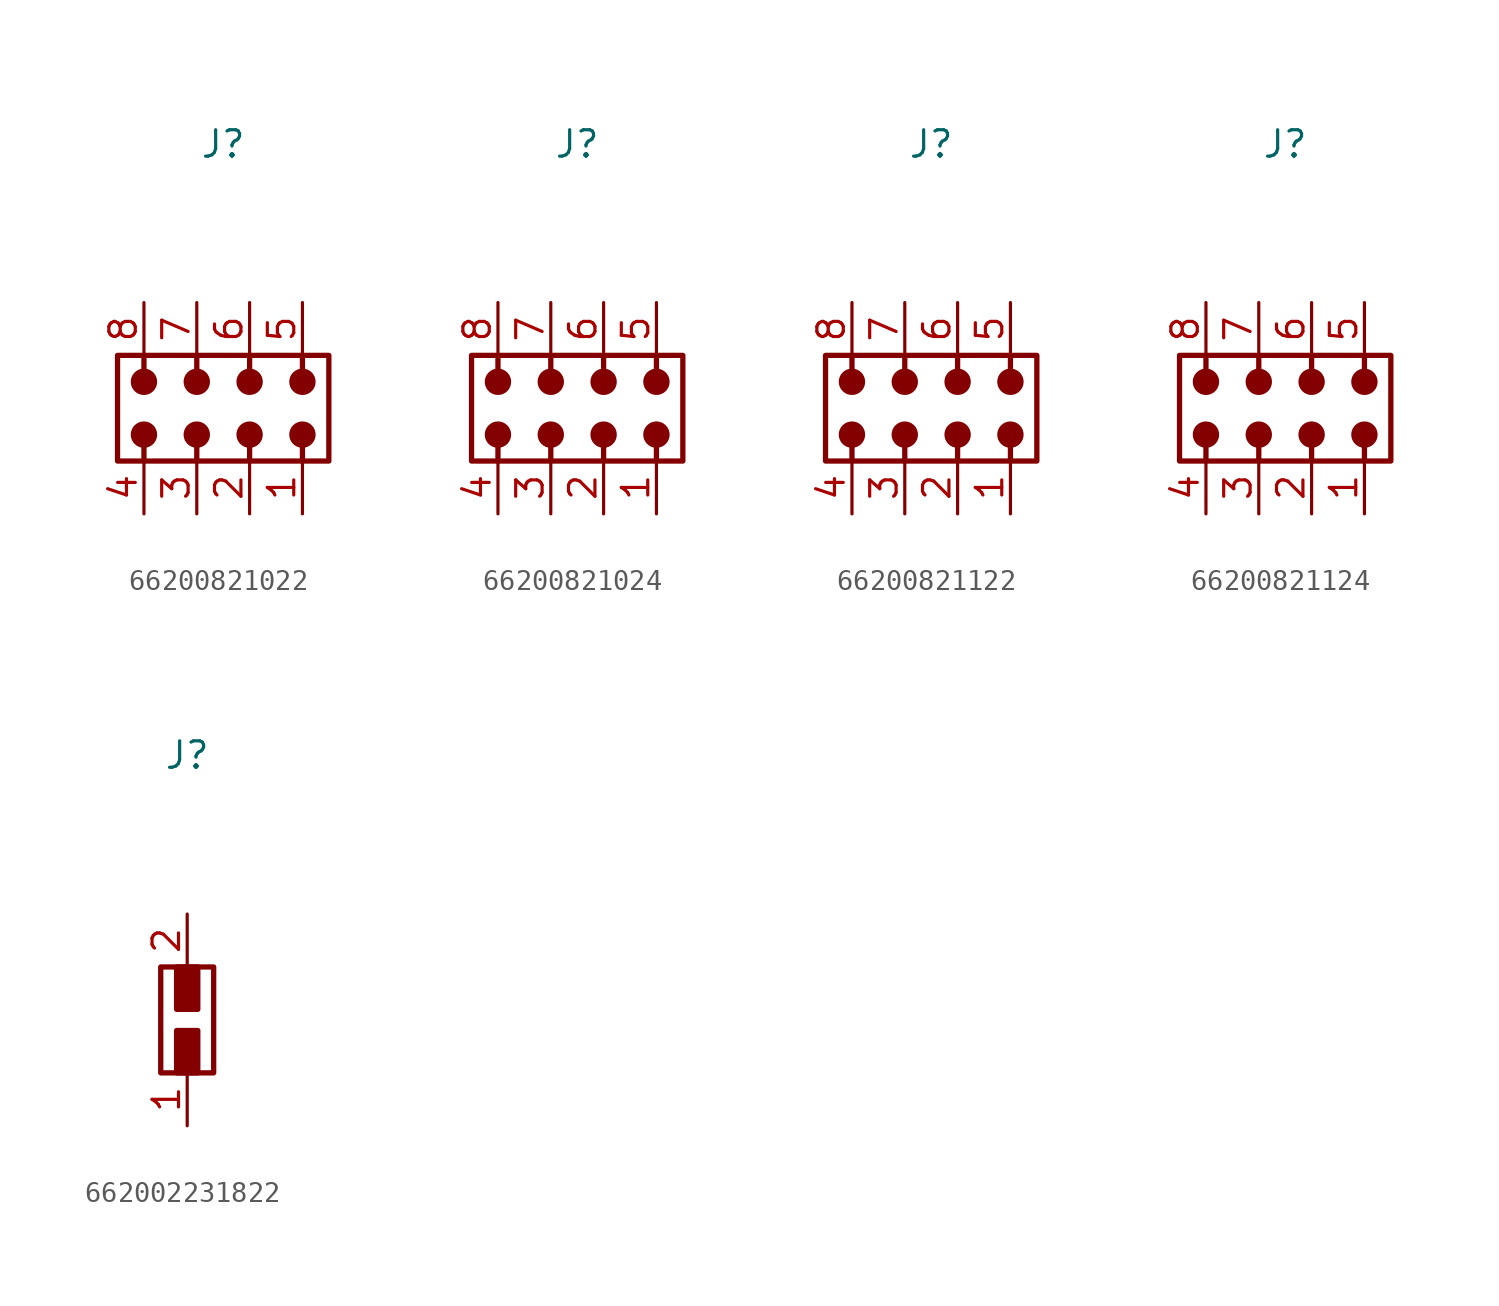
<source format=kicad_sym>
(kicad_symbol_lib
  (version 20241209)
  (generator "kicad_symbol_editor")
  (generator_version "9.0")
  (symbol "66200821022"
    (pin_names
      (hide yes))
    (property "Reference" "J"
      (at 0 12.7 0)
      (effects (font (size 1.27 1.27))))
    (symbol "66200821022_1_1"
      (rectangle (start -5.08 2.54) (end 5.08 -2.54) (stroke (width 0.254) (type solid)) (fill (type none)))
      (polyline (pts (xy -3.81 1.778) (xy -3.81 2.54)) (stroke (width 0.254) (type solid)) (fill (type none)))
      (circle (center -3.81 1.27) (radius 0.508) (stroke (width 0.254) (type solid)) (fill (type outline)))
      (circle (center -3.81 -1.27) (radius 0.508) (stroke (width 0.254) (type solid)) (fill (type outline)))
      (polyline (pts (xy -3.81 -1.778) (xy -3.81 -2.54)) (stroke (width 0.254) (type solid)) (fill (type none)))
      (polyline (pts (xy -1.27 1.778) (xy -1.27 2.54)) (stroke (width 0.254) (type solid)) (fill (type none)))
      (circle (center -1.27 1.27) (radius 0.508) (stroke (width 0.254) (type solid)) (fill (type outline)))
      (circle (center -1.27 -1.27) (radius 0.508) (stroke (width 0.254) (type solid)) (fill (type outline)))
      (polyline (pts (xy -1.27 -1.778) (xy -1.27 -2.54)) (stroke (width 0.254) (type solid)) (fill (type none)))
      (polyline (pts (xy 1.27 1.778) (xy 1.27 2.54)) (stroke (width 0.254) (type solid)) (fill (type none)))
      (circle (center 1.27 1.27) (radius 0.508) (stroke (width 0.254) (type solid)) (fill (type outline)))
      (circle (center 1.27 -1.27) (radius 0.508) (stroke (width 0.254) (type solid)) (fill (type outline)))
      (polyline (pts (xy 1.27 -1.778) (xy 1.27 -2.54)) (stroke (width 0.254) (type solid)) (fill (type none)))
      (polyline (pts (xy 3.81 1.778) (xy 3.81 2.54)) (stroke (width 0.254) (type solid)) (fill (type none)))
      (circle (center 3.81 1.27) (radius 0.508) (stroke (width 0.254) (type solid)) (fill (type outline)))
      (circle (center 3.81 -1.27) (radius 0.508) (stroke (width 0.254) (type solid)) (fill (type outline)))
      (polyline (pts (xy 3.81 -1.778) (xy 3.81 -2.54)) (stroke (width 0.254) (type solid)) (fill (type none)))
      (pin passive line (at -3.81 5.08 270) (length 2.54) (name "8" (effects (font (size 1.27 1.27)))) (number "8" (effects (font (size 1.27 1.27)))))
      (pin passive line (at -3.81 -5.08 90) (length 2.54) (name "4" (effects (font (size 1.27 1.27)))) (number "4" (effects (font (size 1.27 1.27)))))
      (pin passive line (at -1.27 5.08 270) (length 2.54) (name "7" (effects (font (size 1.27 1.27)))) (number "7" (effects (font (size 1.27 1.27)))))
      (pin passive line (at -1.27 -5.08 90) (length 2.54) (name "3" (effects (font (size 1.27 1.27)))) (number "3" (effects (font (size 1.27 1.27)))))
      (pin passive line (at 1.27 5.08 270) (length 2.54) (name "6" (effects (font (size 1.27 1.27)))) (number "6" (effects (font (size 1.27 1.27)))))
      (pin passive line (at 1.27 -5.08 90) (length 2.54) (name "2" (effects (font (size 1.27 1.27)))) (number "2" (effects (font (size 1.27 1.27)))))
      (pin passive line (at 3.81 5.08 270) (length 2.54) (name "5" (effects (font (size 1.27 1.27)))) (number "5" (effects (font (size 1.27 1.27)))))
      (pin passive line (at 3.81 -5.08 90) (length 2.54) (name "1" (effects (font (size 1.27 1.27)))) (number "1" (effects (font (size 1.27 1.27)))))))
  (symbol "66200821024"
    (pin_names
      (hide yes))
    (property "Reference" "J"
      (at 0 12.7 0)
      (effects (font (size 1.27 1.27))))
    (symbol "66200821024_1_1"
      (rectangle (start -5.08 2.54) (end 5.08 -2.54) (stroke (width 0.254) (type solid)) (fill (type none)))
      (polyline (pts (xy -3.81 1.778) (xy -3.81 2.54)) (stroke (width 0.254) (type solid)) (fill (type none)))
      (circle (center -3.81 1.27) (radius 0.508) (stroke (width 0.254) (type solid)) (fill (type outline)))
      (circle (center -3.81 -1.27) (radius 0.508) (stroke (width 0.254) (type solid)) (fill (type outline)))
      (polyline (pts (xy -3.81 -1.778) (xy -3.81 -2.54)) (stroke (width 0.254) (type solid)) (fill (type none)))
      (polyline (pts (xy -1.27 1.778) (xy -1.27 2.54)) (stroke (width 0.254) (type solid)) (fill (type none)))
      (circle (center -1.27 1.27) (radius 0.508) (stroke (width 0.254) (type solid)) (fill (type outline)))
      (circle (center -1.27 -1.27) (radius 0.508) (stroke (width 0.254) (type solid)) (fill (type outline)))
      (polyline (pts (xy -1.27 -1.778) (xy -1.27 -2.54)) (stroke (width 0.254) (type solid)) (fill (type none)))
      (polyline (pts (xy 1.27 1.778) (xy 1.27 2.54)) (stroke (width 0.254) (type solid)) (fill (type none)))
      (circle (center 1.27 1.27) (radius 0.508) (stroke (width 0.254) (type solid)) (fill (type outline)))
      (circle (center 1.27 -1.27) (radius 0.508) (stroke (width 0.254) (type solid)) (fill (type outline)))
      (polyline (pts (xy 1.27 -1.778) (xy 1.27 -2.54)) (stroke (width 0.254) (type solid)) (fill (type none)))
      (polyline (pts (xy 3.81 1.778) (xy 3.81 2.54)) (stroke (width 0.254) (type solid)) (fill (type none)))
      (circle (center 3.81 1.27) (radius 0.508) (stroke (width 0.254) (type solid)) (fill (type outline)))
      (circle (center 3.81 -1.27) (radius 0.508) (stroke (width 0.254) (type solid)) (fill (type outline)))
      (polyline (pts (xy 3.81 -1.778) (xy 3.81 -2.54)) (stroke (width 0.254) (type solid)) (fill (type none)))
      (pin passive line (at -3.81 5.08 270) (length 2.54) (name "8" (effects (font (size 1.27 1.27)))) (number "8" (effects (font (size 1.27 1.27)))))
      (pin passive line (at -3.81 -5.08 90) (length 2.54) (name "4" (effects (font (size 1.27 1.27)))) (number "4" (effects (font (size 1.27 1.27)))))
      (pin passive line (at -1.27 5.08 270) (length 2.54) (name "7" (effects (font (size 1.27 1.27)))) (number "7" (effects (font (size 1.27 1.27)))))
      (pin passive line (at -1.27 -5.08 90) (length 2.54) (name "3" (effects (font (size 1.27 1.27)))) (number "3" (effects (font (size 1.27 1.27)))))
      (pin passive line (at 1.27 5.08 270) (length 2.54) (name "6" (effects (font (size 1.27 1.27)))) (number "6" (effects (font (size 1.27 1.27)))))
      (pin passive line (at 1.27 -5.08 90) (length 2.54) (name "2" (effects (font (size 1.27 1.27)))) (number "2" (effects (font (size 1.27 1.27)))))
      (pin passive line (at 3.81 5.08 270) (length 2.54) (name "5" (effects (font (size 1.27 1.27)))) (number "5" (effects (font (size 1.27 1.27)))))
      (pin passive line (at 3.81 -5.08 90) (length 2.54) (name "1" (effects (font (size 1.27 1.27)))) (number "1" (effects (font (size 1.27 1.27)))))))
  (symbol "66200821122"
    (pin_names
      (hide yes))
    (property "Reference" "J"
      (at 0 12.7 0)
      (effects (font (size 1.27 1.27))))
    (symbol "66200821122_1_1"
      (rectangle (start -5.08 2.54) (end 5.08 -2.54) (stroke (width 0.254) (type solid)) (fill (type none)))
      (polyline (pts (xy -3.81 1.778) (xy -3.81 2.54)) (stroke (width 0.254) (type solid)) (fill (type none)))
      (circle (center -3.81 1.27) (radius 0.508) (stroke (width 0.254) (type solid)) (fill (type outline)))
      (circle (center -3.81 -1.27) (radius 0.508) (stroke (width 0.254) (type solid)) (fill (type outline)))
      (polyline (pts (xy -3.81 -1.778) (xy -3.81 -2.54)) (stroke (width 0.254) (type solid)) (fill (type none)))
      (polyline (pts (xy -1.27 1.778) (xy -1.27 2.54)) (stroke (width 0.254) (type solid)) (fill (type none)))
      (circle (center -1.27 1.27) (radius 0.508) (stroke (width 0.254) (type solid)) (fill (type outline)))
      (circle (center -1.27 -1.27) (radius 0.508) (stroke (width 0.254) (type solid)) (fill (type outline)))
      (polyline (pts (xy -1.27 -1.778) (xy -1.27 -2.54)) (stroke (width 0.254) (type solid)) (fill (type none)))
      (polyline (pts (xy 1.27 1.778) (xy 1.27 2.54)) (stroke (width 0.254) (type solid)) (fill (type none)))
      (circle (center 1.27 1.27) (radius 0.508) (stroke (width 0.254) (type solid)) (fill (type outline)))
      (circle (center 1.27 -1.27) (radius 0.508) (stroke (width 0.254) (type solid)) (fill (type outline)))
      (polyline (pts (xy 1.27 -1.778) (xy 1.27 -2.54)) (stroke (width 0.254) (type solid)) (fill (type none)))
      (polyline (pts (xy 3.81 1.778) (xy 3.81 2.54)) (stroke (width 0.254) (type solid)) (fill (type none)))
      (circle (center 3.81 1.27) (radius 0.508) (stroke (width 0.254) (type solid)) (fill (type outline)))
      (circle (center 3.81 -1.27) (radius 0.508) (stroke (width 0.254) (type solid)) (fill (type outline)))
      (polyline (pts (xy 3.81 -1.778) (xy 3.81 -2.54)) (stroke (width 0.254) (type solid)) (fill (type none)))
      (pin passive line (at -3.81 5.08 270) (length 2.54) (name "8" (effects (font (size 1.27 1.27)))) (number "8" (effects (font (size 1.27 1.27)))))
      (pin passive line (at -3.81 -5.08 90) (length 2.54) (name "4" (effects (font (size 1.27 1.27)))) (number "4" (effects (font (size 1.27 1.27)))))
      (pin passive line (at -1.27 5.08 270) (length 2.54) (name "7" (effects (font (size 1.27 1.27)))) (number "7" (effects (font (size 1.27 1.27)))))
      (pin passive line (at -1.27 -5.08 90) (length 2.54) (name "3" (effects (font (size 1.27 1.27)))) (number "3" (effects (font (size 1.27 1.27)))))
      (pin passive line (at 1.27 5.08 270) (length 2.54) (name "6" (effects (font (size 1.27 1.27)))) (number "6" (effects (font (size 1.27 1.27)))))
      (pin passive line (at 1.27 -5.08 90) (length 2.54) (name "2" (effects (font (size 1.27 1.27)))) (number "2" (effects (font (size 1.27 1.27)))))
      (pin passive line (at 3.81 5.08 270) (length 2.54) (name "5" (effects (font (size 1.27 1.27)))) (number "5" (effects (font (size 1.27 1.27)))))
      (pin passive line (at 3.81 -5.08 90) (length 2.54) (name "1" (effects (font (size 1.27 1.27)))) (number "1" (effects (font (size 1.27 1.27)))))))
  (symbol "66200821124"
    (pin_names
      (hide yes))
    (property "Reference" "J"
      (at 0 12.7 0)
      (effects (font (size 1.27 1.27))))
    (symbol "66200821124_1_1"
      (rectangle (start -5.08 2.54) (end 5.08 -2.54) (stroke (width 0.254) (type solid)) (fill (type none)))
      (polyline (pts (xy -3.81 1.778) (xy -3.81 2.54)) (stroke (width 0.254) (type solid)) (fill (type none)))
      (circle (center -3.81 1.27) (radius 0.508) (stroke (width 0.254) (type solid)) (fill (type outline)))
      (circle (center -3.81 -1.27) (radius 0.508) (stroke (width 0.254) (type solid)) (fill (type outline)))
      (polyline (pts (xy -3.81 -1.778) (xy -3.81 -2.54)) (stroke (width 0.254) (type solid)) (fill (type none)))
      (polyline (pts (xy -1.27 1.778) (xy -1.27 2.54)) (stroke (width 0.254) (type solid)) (fill (type none)))
      (circle (center -1.27 1.27) (radius 0.508) (stroke (width 0.254) (type solid)) (fill (type outline)))
      (circle (center -1.27 -1.27) (radius 0.508) (stroke (width 0.254) (type solid)) (fill (type outline)))
      (polyline (pts (xy -1.27 -1.778) (xy -1.27 -2.54)) (stroke (width 0.254) (type solid)) (fill (type none)))
      (polyline (pts (xy 1.27 1.778) (xy 1.27 2.54)) (stroke (width 0.254) (type solid)) (fill (type none)))
      (circle (center 1.27 1.27) (radius 0.508) (stroke (width 0.254) (type solid)) (fill (type outline)))
      (circle (center 1.27 -1.27) (radius 0.508) (stroke (width 0.254) (type solid)) (fill (type outline)))
      (polyline (pts (xy 1.27 -1.778) (xy 1.27 -2.54)) (stroke (width 0.254) (type solid)) (fill (type none)))
      (polyline (pts (xy 3.81 1.778) (xy 3.81 2.54)) (stroke (width 0.254) (type solid)) (fill (type none)))
      (circle (center 3.81 1.27) (radius 0.508) (stroke (width 0.254) (type solid)) (fill (type outline)))
      (circle (center 3.81 -1.27) (radius 0.508) (stroke (width 0.254) (type solid)) (fill (type outline)))
      (polyline (pts (xy 3.81 -1.778) (xy 3.81 -2.54)) (stroke (width 0.254) (type solid)) (fill (type none)))
      (pin passive line (at -3.81 5.08 270) (length 2.54) (name "8" (effects (font (size 1.27 1.27)))) (number "8" (effects (font (size 1.27 1.27)))))
      (pin passive line (at -3.81 -5.08 90) (length 2.54) (name "4" (effects (font (size 1.27 1.27)))) (number "4" (effects (font (size 1.27 1.27)))))
      (pin passive line (at -1.27 5.08 270) (length 2.54) (name "7" (effects (font (size 1.27 1.27)))) (number "7" (effects (font (size 1.27 1.27)))))
      (pin passive line (at -1.27 -5.08 90) (length 2.54) (name "3" (effects (font (size 1.27 1.27)))) (number "3" (effects (font (size 1.27 1.27)))))
      (pin passive line (at 1.27 5.08 270) (length 2.54) (name "6" (effects (font (size 1.27 1.27)))) (number "6" (effects (font (size 1.27 1.27)))))
      (pin passive line (at 1.27 -5.08 90) (length 2.54) (name "2" (effects (font (size 1.27 1.27)))) (number "2" (effects (font (size 1.27 1.27)))))
      (pin passive line (at 3.81 5.08 270) (length 2.54) (name "5" (effects (font (size 1.27 1.27)))) (number "5" (effects (font (size 1.27 1.27)))))
      (pin passive line (at 3.81 -5.08 90) (length 2.54) (name "1" (effects (font (size 1.27 1.27)))) (number "1" (effects (font (size 1.27 1.27)))))))
  (symbol "662002231822"
    (pin_names
      (hide yes))
    (property "Reference" "J"
      (at 0 12.7 0)
      (effects (font (size 1.27 1.27))))
    (symbol "662002231822_1_1"
      (rectangle (start -0.508 2.54) (end 0.508 0.508) (stroke (width 0.254) (type solid)) (fill (type outline)))
      (rectangle (start -0.508 -0.508) (end 0.508 -2.54) (stroke (width 0.254) (type solid)) (fill (type outline)))
      (rectangle (start 1.27 -2.54) (end -1.27 2.54) (stroke (width 0.254) (type solid)) (fill (type none)))
      (pin passive line (at 0 5.08 270) (length 2.54) (name "2" (effects (font (size 1.27 1.27)))) (number "2" (effects (font (size 1.27 1.27)))))
      (pin passive line (at 0 -5.08 90) (length 2.54) (name "1" (effects (font (size 1.27 1.27)))) (number "1" (effects (font (size 1.27 1.27))))))))
</source>
